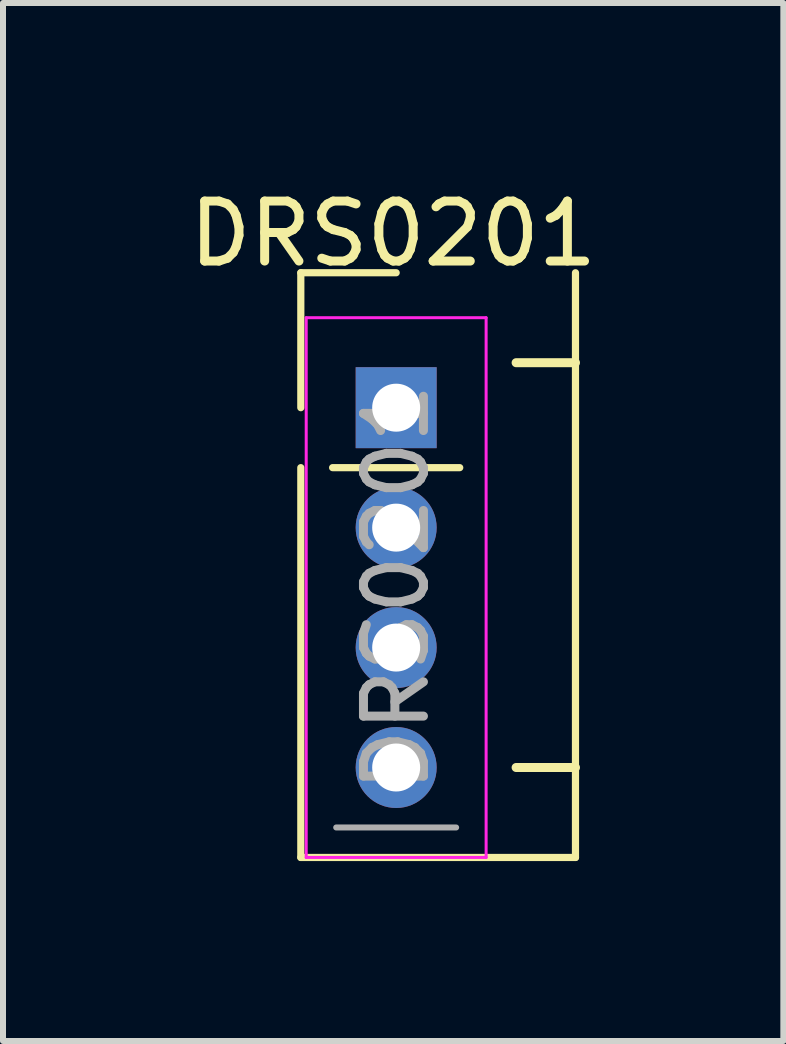
<source format=kicad_pcb>
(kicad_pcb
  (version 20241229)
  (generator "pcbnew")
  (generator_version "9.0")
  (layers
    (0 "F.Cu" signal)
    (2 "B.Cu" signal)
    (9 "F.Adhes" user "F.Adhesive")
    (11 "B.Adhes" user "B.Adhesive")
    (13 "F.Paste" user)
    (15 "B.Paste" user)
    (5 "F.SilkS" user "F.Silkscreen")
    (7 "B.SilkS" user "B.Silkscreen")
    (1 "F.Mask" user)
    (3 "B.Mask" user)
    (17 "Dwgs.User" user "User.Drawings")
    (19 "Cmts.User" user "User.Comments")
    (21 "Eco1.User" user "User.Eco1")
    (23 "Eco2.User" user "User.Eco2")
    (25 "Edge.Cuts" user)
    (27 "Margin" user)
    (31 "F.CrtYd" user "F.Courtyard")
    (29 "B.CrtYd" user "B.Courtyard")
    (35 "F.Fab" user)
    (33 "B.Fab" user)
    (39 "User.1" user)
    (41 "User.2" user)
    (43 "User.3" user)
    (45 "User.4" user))
  (footprint "DRS0201"
    (layer "F.Cu")
    (at 3.556 3.748)
    (property "Reference" "DRS0201" (at -0.05 -2.9 0) (layer "F.SilkS") (effects (font (size 1 1) (thickness 0.15))))
    (attr through_hole)
    (fp_line (start -1.59 -2.25) (end 0 -2.25) (stroke (width 0.12) (type solid)) (layer "F.SilkS"))
    (fp_line (start -1.59 0) (end -1.59 -2.25) (stroke (width 0.12) (type solid)) (layer "F.SilkS"))
    (fp_line (start -1.59 1) (end -1.59 7.5) (stroke (width 0.12) (type solid)) (layer "F.SilkS"))
    (fp_line (start -1.59 7.5) (end 2.99 7.5) (stroke (width 0.12) (type solid)) (layer "F.SilkS"))
    (fp_line (start -1.06 1) (end 1.06 1) (stroke (width 0.12) (type solid)) (layer "F.SilkS"))
    (fp_line (start 2 -0.75) (end 2.99 -0.75) (stroke (width 0.15) (type solid)) (layer "F.SilkS"))
    (fp_line (start 2 6) (end 2.99 6) (stroke (width 0.15) (type solid)) (layer "F.SilkS"))
    (fp_line (start 2.99 -2.25) (end 2.99 7.5) (stroke (width 0.12) (type solid)) (layer "F.SilkS"))
    (fp_line (start -1.5 -1.5) (end -1.5 7.5) (stroke (width 0.05) (type solid)) (layer "F.CrtYd"))
    (fp_line (start -1.5 7.5) (end 1.5 7.5) (stroke (width 0.05) (type solid)) (layer "F.CrtYd"))
    (fp_line (start 1.5 -1.5) (end -1.5 -1.5) (stroke (width 0.05) (type solid)) (layer "F.CrtYd"))
    (fp_line (start 1.5 7.5) (end 1.5 -1.5) (stroke (width 0.05) (type solid)) (layer "F.CrtYd"))
    (fp_line (start 1 7) (end -1 7) (stroke (width 0.1) (type solid)) (layer "F.Fab"))
    (fp_text user "${REFERENCE}" (at 0 3 90) (layer "F.Fab") (effects (font (size 1 1) (thickness 0.15))))
    (pad "1" thru_hole rect (at 0 0) (size 1.35 1.35) (drill 0.8) (layers "*.Cu" "*.Mask"))
    (pad "2" thru_hole oval (at 0 2) (size 1.35 1.35) (drill 0.8) (layers "*.Cu" "*.Mask"))
    (pad "3" thru_hole oval (at 0 4) (size 1.35 1.35) (drill 0.8) (layers "*.Cu" "*.Mask"))
    (pad "4" thru_hole oval (at 0 6) (size 1.35 1.35) (drill 0.8) (layers "*.Cu" "*.Mask")))
  (gr_rect
    (start -3 -3)
    (end 10.012 14.308)
    (stroke (width 0.1) (type default))
    (fill no)
    (layer "Edge.Cuts")))
</source>
